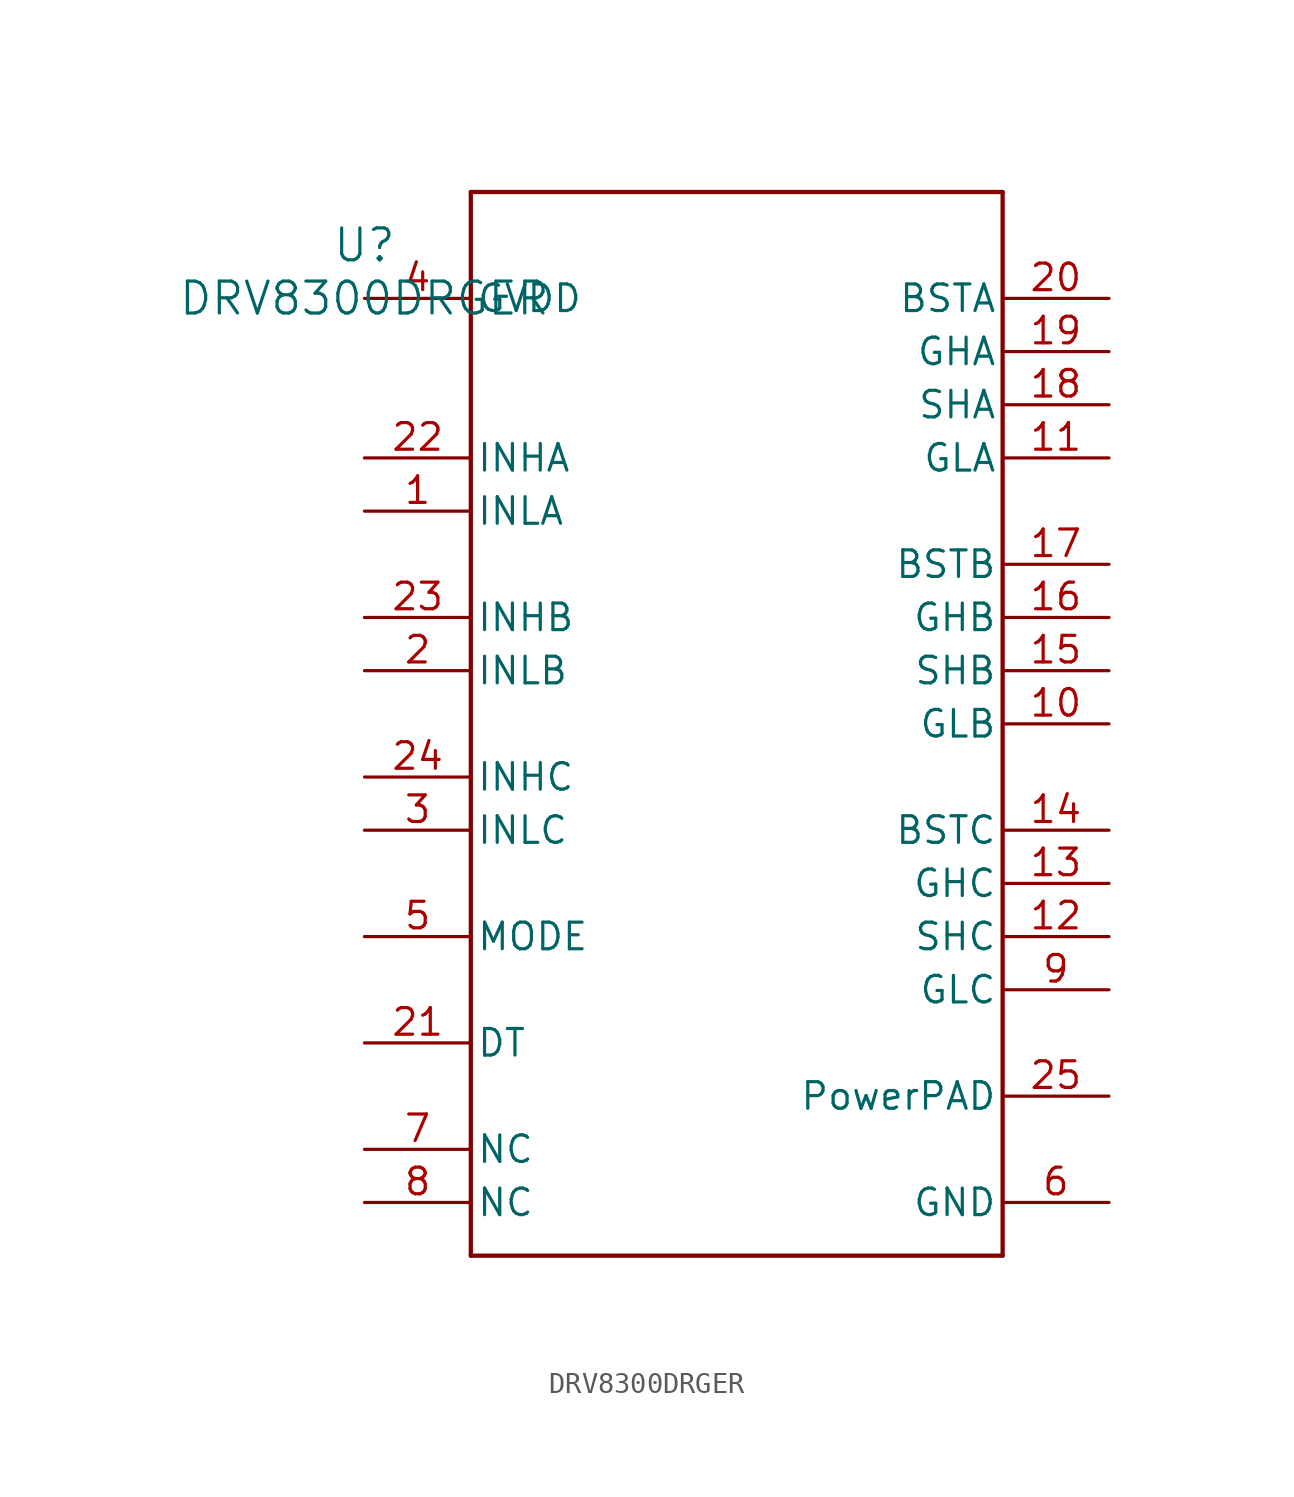
<source format=kicad_sym>
(kicad_symbol_lib
  (version 20211014)
  (generator kicad_symbol_editor)
  (symbol "DRV8300DRGER"
    (pin_names
      (offset 0.254))
    (property "Reference" "U"
      (at 0 2.54 0)
      (effects (font (size 1.524 1.524))))
    (property "Value" "DRV8300DRGER"
      (at 0 0 0)
      (effects (font (size 1.524 1.524))))
    (symbol "DRV8300DRGER_0_1"
      (polyline (pts (xy 5.08 -45.72) (xy 30.48 -45.72)) (stroke (width 0.203) (type default) (color 0 0 0 0)) (fill (type none)))
      (polyline (pts (xy 30.48 -45.72) (xy 30.48 5.08)) (stroke (width 0.203) (type default) (color 0 0 0 0)) (fill (type none)))
      (polyline (pts (xy 30.48 5.08) (xy 5.08 5.08)) (stroke (width 0.203) (type default) (color 0 0 0 0)) (fill (type none)))
      (polyline (pts (xy 5.08 5.08) (xy 5.08 -45.72)) (stroke (width 0.203) (type default) (color 0 0 0 0)) (fill (type none)))
      (pin input line (at 0 -10.16 0) (length 5.08) (name "INLA" (effects (font (size 1.27 1.27)))) (number "1" (effects (font (size 1.27 1.27)))))
      (pin input line (at 0 -17.78 0) (length 5.08) (name "INLB" (effects (font (size 1.27 1.27)))) (number "2" (effects (font (size 1.27 1.27)))))
      (pin input line (at 0 -25.4 0) (length 5.08) (name "INLC" (effects (font (size 1.27 1.27)))) (number "3" (effects (font (size 1.27 1.27)))))
      (pin power_in line (at 0 0 0) (length 5.08) (name "GVDD" (effects (font (size 1.27 1.27)))) (number "4" (effects (font (size 1.27 1.27)))))
      (pin input line (at 0 -30.48 0) (length 5.08) (name "MODE" (effects (font (size 1.27 1.27)))) (number "5" (effects (font (size 1.27 1.27)))))
      (pin power_in line (at 35.56 -43.18 180) (length 5.08) (name "GND" (effects (font (size 1.27 1.27)))) (number "6" (effects (font (size 1.27 1.27)))))
      (pin unspecified line (at 0 -40.64 0) (length 5.08) (name "NC" (effects (font (size 1.27 1.27)))) (number "7" (effects (font (size 1.27 1.27)))))
      (pin unspecified line (at 0 -43.18 0) (length 5.08) (name "NC" (effects (font (size 1.27 1.27)))) (number "8" (effects (font (size 1.27 1.27)))))
      (pin output line (at 35.56 -33.02 180) (length 5.08) (name "GLC" (effects (font (size 1.27 1.27)))) (number "9" (effects (font (size 1.27 1.27)))))
      (pin output line (at 35.56 -20.32 180) (length 5.08) (name "GLB" (effects (font (size 1.27 1.27)))) (number "10" (effects (font (size 1.27 1.27)))))
      (pin output line (at 35.56 -7.62 180) (length 5.08) (name "GLA" (effects (font (size 1.27 1.27)))) (number "11" (effects (font (size 1.27 1.27)))))
      (pin input line (at 35.56 -30.48 180) (length 5.08) (name "SHC" (effects (font (size 1.27 1.27)))) (number "12" (effects (font (size 1.27 1.27)))))
      (pin output line (at 35.56 -27.94 180) (length 5.08) (name "GHC" (effects (font (size 1.27 1.27)))) (number "13" (effects (font (size 1.27 1.27)))))
      (pin output line (at 35.56 -25.4 180) (length 5.08) (name "BSTC" (effects (font (size 1.27 1.27)))) (number "14" (effects (font (size 1.27 1.27)))))
      (pin input line (at 35.56 -17.78 180) (length 5.08) (name "SHB" (effects (font (size 1.27 1.27)))) (number "15" (effects (font (size 1.27 1.27)))))
      (pin output line (at 35.56 -15.24 180) (length 5.08) (name "GHB" (effects (font (size 1.27 1.27)))) (number "16" (effects (font (size 1.27 1.27)))))
      (pin output line (at 35.56 -12.7 180) (length 5.08) (name "BSTB" (effects (font (size 1.27 1.27)))) (number "17" (effects (font (size 1.27 1.27)))))
      (pin input line (at 35.56 -5.08 180) (length 5.08) (name "SHA" (effects (font (size 1.27 1.27)))) (number "18" (effects (font (size 1.27 1.27)))))
      (pin output line (at 35.56 -2.54 180) (length 5.08) (name "GHA" (effects (font (size 1.27 1.27)))) (number "19" (effects (font (size 1.27 1.27)))))
      (pin output line (at 35.56 0 180) (length 5.08) (name "BSTA" (effects (font (size 1.27 1.27)))) (number "20" (effects (font (size 1.27 1.27)))))
      (pin input line (at 0 -35.56 0) (length 5.08) (name "DT" (effects (font (size 1.27 1.27)))) (number "21" (effects (font (size 1.27 1.27)))))
      (pin input line (at 0 -7.62 0) (length 5.08) (name "INHA" (effects (font (size 1.27 1.27)))) (number "22" (effects (font (size 1.27 1.27)))))
      (pin input line (at 0 -15.24 0) (length 5.08) (name "INHB" (effects (font (size 1.27 1.27)))) (number "23" (effects (font (size 1.27 1.27)))))
      (pin input line (at 0 -22.86 0) (length 5.08) (name "INHC" (effects (font (size 1.27 1.27)))) (number "24" (effects (font (size 1.27 1.27)))))
      (pin power_in line (at 35.56 -38.1 180) (length 5.08) (name "PowerPAD" (effects (font (size 1.27 1.27)))) (number "25" (effects (font (size 1.27 1.27))))))))
</source>
